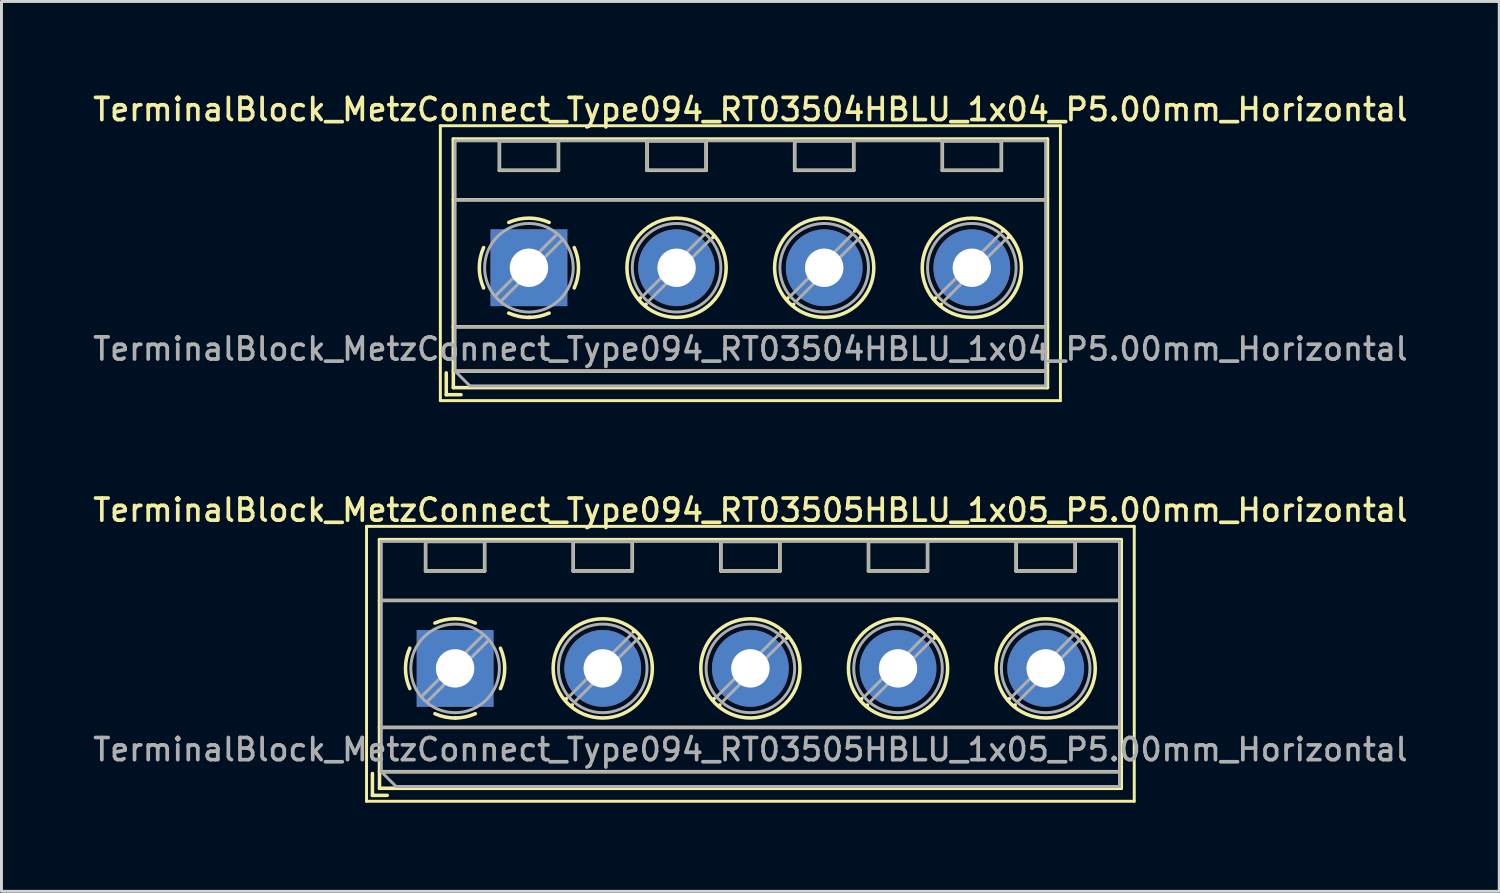
<source format=kicad_pcb>
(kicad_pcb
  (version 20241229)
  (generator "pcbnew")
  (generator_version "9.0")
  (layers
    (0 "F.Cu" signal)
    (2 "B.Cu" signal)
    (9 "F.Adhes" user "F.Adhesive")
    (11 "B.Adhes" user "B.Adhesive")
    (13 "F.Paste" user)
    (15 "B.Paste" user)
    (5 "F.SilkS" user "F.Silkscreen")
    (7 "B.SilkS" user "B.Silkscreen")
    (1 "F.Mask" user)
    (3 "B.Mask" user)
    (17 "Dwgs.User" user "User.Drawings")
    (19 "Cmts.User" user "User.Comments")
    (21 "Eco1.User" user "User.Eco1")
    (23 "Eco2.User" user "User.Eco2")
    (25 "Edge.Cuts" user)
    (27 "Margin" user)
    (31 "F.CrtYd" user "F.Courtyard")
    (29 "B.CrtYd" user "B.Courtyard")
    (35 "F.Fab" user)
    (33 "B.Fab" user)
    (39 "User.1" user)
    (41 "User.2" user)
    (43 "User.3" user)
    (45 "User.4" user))
  (footprint "TerminalBlock_MetzConnect_Type094_RT03505HBLU_1x05_P5.00mm_Horizontal"
    (layer "F.Cu")
    (at 12.363 19.586)
    (property "Reference" "TerminalBlock_MetzConnect_Type094_RT03505HBLU_1x05_P5.00mm_Horizontal" (at 10 -5.36 0) (layer "F.SilkS") (effects (font (size 0.75 0.75) (thickness 0.125))))
    (attr through_hole)
    (fp_line (start -3 -4.81) (end -3 4.5) (stroke (width 0.1) (type solid)) (layer "F.SilkS"))
    (fp_line (start -3 4.5) (end 23 4.5) (stroke (width 0.1) (type solid)) (layer "F.SilkS"))
    (fp_line (start -2.8 3.56) (end -2.8 4.3) (stroke (width 0.12) (type solid)) (layer "F.SilkS"))
    (fp_line (start -2.8 4.3) (end -2.3 4.3) (stroke (width 0.12) (type solid)) (layer "F.SilkS"))
    (fp_line (start -2.56 -4.36) (end -2.56 4.06) (stroke (width 0.12) (type solid)) (layer "F.SilkS"))
    (fp_line (start -2.56 -4.36) (end 22.56 -4.36) (stroke (width 0.12) (type solid)) (layer "F.SilkS"))
    (fp_line (start -2.56 -2.301) (end 22.56 -2.301) (stroke (width 0.12) (type solid)) (layer "F.SilkS"))
    (fp_line (start -2.56 2) (end 22.56 2) (stroke (width 0.12) (type solid)) (layer "F.SilkS"))
    (fp_line (start -2.56 3.5) (end 22.56 3.5) (stroke (width 0.12) (type solid)) (layer "F.SilkS"))
    (fp_line (start -2.56 4.06) (end 22.56 4.06) (stroke (width 0.12) (type solid)) (layer "F.SilkS"))
    (fp_line (start -1 -4.3) (end -1 -3.3) (stroke (width 0.12) (type solid)) (layer "F.SilkS"))
    (fp_line (start -1 -4.3) (end 1 -4.3) (stroke (width 0.12) (type solid)) (layer "F.SilkS"))
    (fp_line (start -1 -3.3) (end 1 -3.3) (stroke (width 0.12) (type solid)) (layer "F.SilkS"))
    (fp_line (start 1 -4.3) (end 1 -3.3) (stroke (width 0.12) (type solid)) (layer "F.SilkS"))
    (fp_line (start 3.773 1.023) (end 3.726 1.069) (stroke (width 0.12) (type solid)) (layer "F.SilkS"))
    (fp_line (start 3.966 1.239) (end 3.931 1.274) (stroke (width 0.12) (type solid)) (layer "F.SilkS"))
    (fp_line (start 4 -4.3) (end 4 -3.3) (stroke (width 0.12) (type solid)) (layer "F.SilkS"))
    (fp_line (start 4 -4.3) (end 6 -4.3) (stroke (width 0.12) (type solid)) (layer "F.SilkS"))
    (fp_line (start 4 -3.3) (end 6 -3.3) (stroke (width 0.12) (type solid)) (layer "F.SilkS"))
    (fp_line (start 6 -4.3) (end 6 -3.3) (stroke (width 0.12) (type solid)) (layer "F.SilkS"))
    (fp_line (start 6.07 -1.275) (end 6.035 -1.239) (stroke (width 0.12) (type solid)) (layer "F.SilkS"))
    (fp_line (start 6.275 -1.069) (end 6.228 -1.023) (stroke (width 0.12) (type solid)) (layer "F.SilkS"))
    (fp_line (start 8.773 1.023) (end 8.726 1.069) (stroke (width 0.12) (type solid)) (layer "F.SilkS"))
    (fp_line (start 8.966 1.239) (end 8.931 1.274) (stroke (width 0.12) (type solid)) (layer "F.SilkS"))
    (fp_line (start 9 -4.3) (end 9 -3.3) (stroke (width 0.12) (type solid)) (layer "F.SilkS"))
    (fp_line (start 9 -4.3) (end 11 -4.3) (stroke (width 0.12) (type solid)) (layer "F.SilkS"))
    (fp_line (start 9 -3.3) (end 11 -3.3) (stroke (width 0.12) (type solid)) (layer "F.SilkS"))
    (fp_line (start 11 -4.3) (end 11 -3.3) (stroke (width 0.12) (type solid)) (layer "F.SilkS"))
    (fp_line (start 11.07 -1.275) (end 11.035 -1.239) (stroke (width 0.12) (type solid)) (layer "F.SilkS"))
    (fp_line (start 11.275 -1.069) (end 11.228 -1.023) (stroke (width 0.12) (type solid)) (layer "F.SilkS"))
    (fp_line (start 13.773 1.023) (end 13.726 1.069) (stroke (width 0.12) (type solid)) (layer "F.SilkS"))
    (fp_line (start 13.966 1.239) (end 13.931 1.274) (stroke (width 0.12) (type solid)) (layer "F.SilkS"))
    (fp_line (start 14 -4.3) (end 14 -3.3) (stroke (width 0.12) (type solid)) (layer "F.SilkS"))
    (fp_line (start 14 -4.3) (end 16 -4.3) (stroke (width 0.12) (type solid)) (layer "F.SilkS"))
    (fp_line (start 14 -3.3) (end 16 -3.3) (stroke (width 0.12) (type solid)) (layer "F.SilkS"))
    (fp_line (start 16 -4.3) (end 16 -3.3) (stroke (width 0.12) (type solid)) (layer "F.SilkS"))
    (fp_line (start 16.07 -1.275) (end 16.035 -1.239) (stroke (width 0.12) (type solid)) (layer "F.SilkS"))
    (fp_line (start 16.275 -1.069) (end 16.228 -1.023) (stroke (width 0.12) (type solid)) (layer "F.SilkS"))
    (fp_line (start 18.773 1.023) (end 18.726 1.069) (stroke (width 0.12) (type solid)) (layer "F.SilkS"))
    (fp_line (start 18.966 1.239) (end 18.931 1.274) (stroke (width 0.12) (type solid)) (layer "F.SilkS"))
    (fp_line (start 19 -4.3) (end 19 -3.3) (stroke (width 0.12) (type solid)) (layer "F.SilkS"))
    (fp_line (start 19 -4.3) (end 21 -4.3) (stroke (width 0.12) (type solid)) (layer "F.SilkS"))
    (fp_line (start 19 -3.3) (end 21 -3.3) (stroke (width 0.12) (type solid)) (layer "F.SilkS"))
    (fp_line (start 21 -4.3) (end 21 -3.3) (stroke (width 0.12) (type solid)) (layer "F.SilkS"))
    (fp_line (start 21.07 -1.275) (end 21.035 -1.239) (stroke (width 0.12) (type solid)) (layer "F.SilkS"))
    (fp_line (start 21.275 -1.069) (end 21.228 -1.023) (stroke (width 0.12) (type solid)) (layer "F.SilkS"))
    (fp_line (start 22.56 -4.36) (end 22.56 4.06) (stroke (width 0.12) (type solid)) (layer "F.SilkS"))
    (fp_line (start 23 -4.81) (end -3 -4.81) (stroke (width 0.1) (type solid)) (layer "F.SilkS"))
    (fp_line (start 23 4.5) (end 23 -4.81) (stroke (width 0.1) (type solid)) (layer "F.SilkS"))
    (fp_arc (start -1.535427 0.683042) (mid -1.680501 -0.000524) (end -1.535 -0.684) (stroke (width 0.12) (type solid)) (layer "F.SilkS"))
    (fp_arc (start -0.683042 -1.535427) (mid 0.000524 -1.680501) (end 0.684 -1.535) (stroke (width 0.12) (type solid)) (layer "F.SilkS"))
    (fp_arc (start 0.028805 1.680253) (mid -0.335551 1.646659) (end -0.684 1.535) (stroke (width 0.12) (type solid)) (layer "F.SilkS"))
    (fp_arc (start 0.683318 1.534756) (mid 0.349292 1.643288) (end 0 1.68) (stroke (width 0.12) (type solid)) (layer "F.SilkS"))
    (fp_arc (start 1.535427 -0.683042) (mid 1.680501 0.000524) (end 1.535 0.684) (stroke (width 0.12) (type solid)) (layer "F.SilkS"))
    (fp_circle (center 5 0) (end 6.68 0) (stroke (width 0.12) (type solid)) (fill no) (layer "F.SilkS"))
    (fp_circle (center 10 0) (end 11.68 0) (stroke (width 0.12) (type solid)) (fill no) (layer "F.SilkS"))
    (fp_circle (center 15 0) (end 16.68 0) (stroke (width 0.12) (type solid)) (fill no) (layer "F.SilkS"))
    (fp_circle (center 20 0) (end 21.68 0) (stroke (width 0.12) (type solid)) (fill no) (layer "F.SilkS"))
    (fp_line (start -2.5 -4.3) (end 22.5 -4.3) (stroke (width 0.1) (type solid)) (layer "F.Fab"))
    (fp_line (start -2.5 -2.3) (end 22.5 -2.3) (stroke (width 0.1) (type solid)) (layer "F.Fab"))
    (fp_line (start -2.5 2) (end 22.5 2) (stroke (width 0.1) (type solid)) (layer "F.Fab"))
    (fp_line (start -2.5 3.5) (end -2.5 -4.3) (stroke (width 0.1) (type solid)) (layer "F.Fab"))
    (fp_line (start -2.5 3.5) (end 22.5 3.5) (stroke (width 0.1) (type solid)) (layer "F.Fab"))
    (fp_line (start -2 4) (end -2.5 3.5) (stroke (width 0.1) (type solid)) (layer "F.Fab"))
    (fp_line (start -1 -4.3) (end -1 -3.3) (stroke (width 0.1) (type solid)) (layer "F.Fab"))
    (fp_line (start -1 -3.3) (end 1 -3.3) (stroke (width 0.1) (type solid)) (layer "F.Fab"))
    (fp_line (start 0.955 -1.138) (end -1.138 0.955) (stroke (width 0.1) (type solid)) (layer "F.Fab"))
    (fp_line (start 1 -4.3) (end -1 -4.3) (stroke (width 0.1) (type solid)) (layer "F.Fab"))
    (fp_line (start 1 -3.3) (end 1 -4.3) (stroke (width 0.1) (type solid)) (layer "F.Fab"))
    (fp_line (start 1.138 -0.955) (end -0.955 1.138) (stroke (width 0.1) (type solid)) (layer "F.Fab"))
    (fp_line (start 4 -4.3) (end 4 -3.3) (stroke (width 0.1) (type solid)) (layer "F.Fab"))
    (fp_line (start 4 -3.3) (end 6 -3.3) (stroke (width 0.1) (type solid)) (layer "F.Fab"))
    (fp_line (start 5.955 -1.138) (end 3.863 0.955) (stroke (width 0.1) (type solid)) (layer "F.Fab"))
    (fp_line (start 6 -4.3) (end 4 -4.3) (stroke (width 0.1) (type solid)) (layer "F.Fab"))
    (fp_line (start 6 -3.3) (end 6 -4.3) (stroke (width 0.1) (type solid)) (layer "F.Fab"))
    (fp_line (start 6.138 -0.955) (end 4.046 1.138) (stroke (width 0.1) (type solid)) (layer "F.Fab"))
    (fp_line (start 9 -4.3) (end 9 -3.3) (stroke (width 0.1) (type solid)) (layer "F.Fab"))
    (fp_line (start 9 -3.3) (end 11 -3.3) (stroke (width 0.1) (type solid)) (layer "F.Fab"))
    (fp_line (start 10.955 -1.138) (end 8.863 0.955) (stroke (width 0.1) (type solid)) (layer "F.Fab"))
    (fp_line (start 11 -4.3) (end 9 -4.3) (stroke (width 0.1) (type solid)) (layer "F.Fab"))
    (fp_line (start 11 -3.3) (end 11 -4.3) (stroke (width 0.1) (type solid)) (layer "F.Fab"))
    (fp_line (start 11.138 -0.955) (end 9.046 1.138) (stroke (width 0.1) (type solid)) (layer "F.Fab"))
    (fp_line (start 14 -4.3) (end 14 -3.3) (stroke (width 0.1) (type solid)) (layer "F.Fab"))
    (fp_line (start 14 -3.3) (end 16 -3.3) (stroke (width 0.1) (type solid)) (layer "F.Fab"))
    (fp_line (start 15.955 -1.138) (end 13.863 0.955) (stroke (width 0.1) (type solid)) (layer "F.Fab"))
    (fp_line (start 16 -4.3) (end 14 -4.3) (stroke (width 0.1) (type solid)) (layer "F.Fab"))
    (fp_line (start 16 -3.3) (end 16 -4.3) (stroke (width 0.1) (type solid)) (layer "F.Fab"))
    (fp_line (start 16.138 -0.955) (end 14.046 1.138) (stroke (width 0.1) (type solid)) (layer "F.Fab"))
    (fp_line (start 19 -4.3) (end 19 -3.3) (stroke (width 0.1) (type solid)) (layer "F.Fab"))
    (fp_line (start 19 -3.3) (end 21 -3.3) (stroke (width 0.1) (type solid)) (layer "F.Fab"))
    (fp_line (start 20.955 -1.138) (end 18.863 0.955) (stroke (width 0.1) (type solid)) (layer "F.Fab"))
    (fp_line (start 21 -4.3) (end 19 -4.3) (stroke (width 0.1) (type solid)) (layer "F.Fab"))
    (fp_line (start 21 -3.3) (end 21 -4.3) (stroke (width 0.1) (type solid)) (layer "F.Fab"))
    (fp_line (start 21.138 -0.955) (end 19.046 1.138) (stroke (width 0.1) (type solid)) (layer "F.Fab"))
    (fp_line (start 22.5 -4.3) (end 22.5 4) (stroke (width 0.1) (type solid)) (layer "F.Fab"))
    (fp_line (start 22.5 4) (end -2 4) (stroke (width 0.1) (type solid)) (layer "F.Fab"))
    (fp_circle (center 0 0) (end 1.5 0) (stroke (width 0.1) (type solid)) (fill no) (layer "F.Fab"))
    (fp_circle (center 5 0) (end 6.5 0) (stroke (width 0.1) (type solid)) (fill no) (layer "F.Fab"))
    (fp_circle (center 10 0) (end 11.5 0) (stroke (width 0.1) (type solid)) (fill no) (layer "F.Fab"))
    (fp_circle (center 15 0) (end 16.5 0) (stroke (width 0.1) (type solid)) (fill no) (layer "F.Fab"))
    (fp_circle (center 20 0) (end 21.5 0) (stroke (width 0.1) (type solid)) (fill no) (layer "F.Fab"))
    (fp_text user "${REFERENCE}" (at 10 2.75 0) (layer "F.Fab") (effects (font (size 0.75 0.75) (thickness 0.125))))
    (pad "1" thru_hole rect (at 0 0) (size 2.6 2.6) (drill 1.3) (layers "*.Cu" "*.Mask"))
    (pad "2" thru_hole circle (at 5 0) (size 2.6 2.6) (drill 1.3) (layers "*.Cu" "*.Mask"))
    (pad "3" thru_hole circle (at 10 0) (size 2.6 2.6) (drill 1.3) (layers "*.Cu" "*.Mask"))
    (pad "4" thru_hole circle (at 15 0) (size 2.6 2.6) (drill 1.3) (layers "*.Cu" "*.Mask"))
    (pad "5" thru_hole circle (at 20 0) (size 2.6 2.6) (drill 1.3) (layers "*.Cu" "*.Mask")))
  (footprint "TerminalBlock_MetzConnect_Type094_RT03504HBLU_1x04_P5.00mm_Horizontal"
    (layer "F.Cu")
    (at 14.863 6.018)
    (property "Reference" "TerminalBlock_MetzConnect_Type094_RT03504HBLU_1x04_P5.00mm_Horizontal" (at 7.5 -5.36 0) (layer "F.SilkS") (effects (font (size 0.75 0.75) (thickness 0.125))))
    (attr through_hole)
    (fp_line (start -3 -4.81) (end -3 4.5) (stroke (width 0.1) (type solid)) (layer "F.SilkS"))
    (fp_line (start -3 4.5) (end 18 4.5) (stroke (width 0.1) (type solid)) (layer "F.SilkS"))
    (fp_line (start -2.8 3.56) (end -2.8 4.3) (stroke (width 0.12) (type solid)) (layer "F.SilkS"))
    (fp_line (start -2.8 4.3) (end -2.3 4.3) (stroke (width 0.12) (type solid)) (layer "F.SilkS"))
    (fp_line (start -2.56 -4.36) (end -2.56 4.06) (stroke (width 0.12) (type solid)) (layer "F.SilkS"))
    (fp_line (start -2.56 -4.36) (end 17.561 -4.36) (stroke (width 0.12) (type solid)) (layer "F.SilkS"))
    (fp_line (start -2.56 -2.301) (end 17.561 -2.301) (stroke (width 0.12) (type solid)) (layer "F.SilkS"))
    (fp_line (start -2.56 2) (end 17.561 2) (stroke (width 0.12) (type solid)) (layer "F.SilkS"))
    (fp_line (start -2.56 3.5) (end 17.561 3.5) (stroke (width 0.12) (type solid)) (layer "F.SilkS"))
    (fp_line (start -2.56 4.06) (end 17.561 4.06) (stroke (width 0.12) (type solid)) (layer "F.SilkS"))
    (fp_line (start -1 -4.3) (end -1 -3.3) (stroke (width 0.12) (type solid)) (layer "F.SilkS"))
    (fp_line (start -1 -4.3) (end 1 -4.3) (stroke (width 0.12) (type solid)) (layer "F.SilkS"))
    (fp_line (start -1 -3.3) (end 1 -3.3) (stroke (width 0.12) (type solid)) (layer "F.SilkS"))
    (fp_line (start 1 -4.3) (end 1 -3.3) (stroke (width 0.12) (type solid)) (layer "F.SilkS"))
    (fp_line (start 3.773 1.023) (end 3.726 1.069) (stroke (width 0.12) (type solid)) (layer "F.SilkS"))
    (fp_line (start 3.966 1.239) (end 3.931 1.274) (stroke (width 0.12) (type solid)) (layer "F.SilkS"))
    (fp_line (start 4 -4.3) (end 4 -3.3) (stroke (width 0.12) (type solid)) (layer "F.SilkS"))
    (fp_line (start 4 -4.3) (end 6 -4.3) (stroke (width 0.12) (type solid)) (layer "F.SilkS"))
    (fp_line (start 4 -3.3) (end 6 -3.3) (stroke (width 0.12) (type solid)) (layer "F.SilkS"))
    (fp_line (start 6 -4.3) (end 6 -3.3) (stroke (width 0.12) (type solid)) (layer "F.SilkS"))
    (fp_line (start 6.07 -1.275) (end 6.035 -1.239) (stroke (width 0.12) (type solid)) (layer "F.SilkS"))
    (fp_line (start 6.275 -1.069) (end 6.228 -1.023) (stroke (width 0.12) (type solid)) (layer "F.SilkS"))
    (fp_line (start 8.773 1.023) (end 8.726 1.069) (stroke (width 0.12) (type solid)) (layer "F.SilkS"))
    (fp_line (start 8.966 1.239) (end 8.931 1.274) (stroke (width 0.12) (type solid)) (layer "F.SilkS"))
    (fp_line (start 9 -4.3) (end 9 -3.3) (stroke (width 0.12) (type solid)) (layer "F.SilkS"))
    (fp_line (start 9 -4.3) (end 11 -4.3) (stroke (width 0.12) (type solid)) (layer "F.SilkS"))
    (fp_line (start 9 -3.3) (end 11 -3.3) (stroke (width 0.12) (type solid)) (layer "F.SilkS"))
    (fp_line (start 11 -4.3) (end 11 -3.3) (stroke (width 0.12) (type solid)) (layer "F.SilkS"))
    (fp_line (start 11.07 -1.275) (end 11.035 -1.239) (stroke (width 0.12) (type solid)) (layer "F.SilkS"))
    (fp_line (start 11.275 -1.069) (end 11.228 -1.023) (stroke (width 0.12) (type solid)) (layer "F.SilkS"))
    (fp_line (start 13.773 1.023) (end 13.726 1.069) (stroke (width 0.12) (type solid)) (layer "F.SilkS"))
    (fp_line (start 13.966 1.239) (end 13.931 1.274) (stroke (width 0.12) (type solid)) (layer "F.SilkS"))
    (fp_line (start 14 -4.3) (end 14 -3.3) (stroke (width 0.12) (type solid)) (layer "F.SilkS"))
    (fp_line (start 14 -4.3) (end 16 -4.3) (stroke (width 0.12) (type solid)) (layer "F.SilkS"))
    (fp_line (start 14 -3.3) (end 16 -3.3) (stroke (width 0.12) (type solid)) (layer "F.SilkS"))
    (fp_line (start 16 -4.3) (end 16 -3.3) (stroke (width 0.12) (type solid)) (layer "F.SilkS"))
    (fp_line (start 16.07 -1.275) (end 16.035 -1.239) (stroke (width 0.12) (type solid)) (layer "F.SilkS"))
    (fp_line (start 16.275 -1.069) (end 16.228 -1.023) (stroke (width 0.12) (type solid)) (layer "F.SilkS"))
    (fp_line (start 17.561 -4.36) (end 17.561 4.06) (stroke (width 0.12) (type solid)) (layer "F.SilkS"))
    (fp_line (start 18 -4.81) (end -3 -4.81) (stroke (width 0.1) (type solid)) (layer "F.SilkS"))
    (fp_line (start 18 4.5) (end 18 -4.81) (stroke (width 0.1) (type solid)) (layer "F.SilkS"))
    (fp_arc (start -1.535427 0.683042) (mid -1.680501 -0.000524) (end -1.535 -0.684) (stroke (width 0.12) (type solid)) (layer "F.SilkS"))
    (fp_arc (start -0.683042 -1.535427) (mid 0.000524 -1.680501) (end 0.684 -1.535) (stroke (width 0.12) (type solid)) (layer "F.SilkS"))
    (fp_arc (start 0.028805 1.680253) (mid -0.335551 1.646659) (end -0.684 1.535) (stroke (width 0.12) (type solid)) (layer "F.SilkS"))
    (fp_arc (start 0.683318 1.534756) (mid 0.349292 1.643288) (end 0 1.68) (stroke (width 0.12) (type solid)) (layer "F.SilkS"))
    (fp_arc (start 1.535427 -0.683042) (mid 1.680501 0.000524) (end 1.535 0.684) (stroke (width 0.12) (type solid)) (layer "F.SilkS"))
    (fp_circle (center 5 0) (end 6.68 0) (stroke (width 0.12) (type solid)) (fill no) (layer "F.SilkS"))
    (fp_circle (center 10 0) (end 11.68 0) (stroke (width 0.12) (type solid)) (fill no) (layer "F.SilkS"))
    (fp_circle (center 15 0) (end 16.68 0) (stroke (width 0.12) (type solid)) (fill no) (layer "F.SilkS"))
    (fp_line (start -2.5 -4.3) (end 17.5 -4.3) (stroke (width 0.1) (type solid)) (layer "F.Fab"))
    (fp_line (start -2.5 -2.3) (end 17.5 -2.3) (stroke (width 0.1) (type solid)) (layer "F.Fab"))
    (fp_line (start -2.5 2) (end 17.5 2) (stroke (width 0.1) (type solid)) (layer "F.Fab"))
    (fp_line (start -2.5 3.5) (end -2.5 -4.3) (stroke (width 0.1) (type solid)) (layer "F.Fab"))
    (fp_line (start -2.5 3.5) (end 17.5 3.5) (stroke (width 0.1) (type solid)) (layer "F.Fab"))
    (fp_line (start -2 4) (end -2.5 3.5) (stroke (width 0.1) (type solid)) (layer "F.Fab"))
    (fp_line (start -1 -4.3) (end -1 -3.3) (stroke (width 0.1) (type solid)) (layer "F.Fab"))
    (fp_line (start -1 -3.3) (end 1 -3.3) (stroke (width 0.1) (type solid)) (layer "F.Fab"))
    (fp_line (start 0.955 -1.138) (end -1.138 0.955) (stroke (width 0.1) (type solid)) (layer "F.Fab"))
    (fp_line (start 1 -4.3) (end -1 -4.3) (stroke (width 0.1) (type solid)) (layer "F.Fab"))
    (fp_line (start 1 -3.3) (end 1 -4.3) (stroke (width 0.1) (type solid)) (layer "F.Fab"))
    (fp_line (start 1.138 -0.955) (end -0.955 1.138) (stroke (width 0.1) (type solid)) (layer "F.Fab"))
    (fp_line (start 4 -4.3) (end 4 -3.3) (stroke (width 0.1) (type solid)) (layer "F.Fab"))
    (fp_line (start 4 -3.3) (end 6 -3.3) (stroke (width 0.1) (type solid)) (layer "F.Fab"))
    (fp_line (start 5.955 -1.138) (end 3.863 0.955) (stroke (width 0.1) (type solid)) (layer "F.Fab"))
    (fp_line (start 6 -4.3) (end 4 -4.3) (stroke (width 0.1) (type solid)) (layer "F.Fab"))
    (fp_line (start 6 -3.3) (end 6 -4.3) (stroke (width 0.1) (type solid)) (layer "F.Fab"))
    (fp_line (start 6.138 -0.955) (end 4.046 1.138) (stroke (width 0.1) (type solid)) (layer "F.Fab"))
    (fp_line (start 9 -4.3) (end 9 -3.3) (stroke (width 0.1) (type solid)) (layer "F.Fab"))
    (fp_line (start 9 -3.3) (end 11 -3.3) (stroke (width 0.1) (type solid)) (layer "F.Fab"))
    (fp_line (start 10.955 -1.138) (end 8.863 0.955) (stroke (width 0.1) (type solid)) (layer "F.Fab"))
    (fp_line (start 11 -4.3) (end 9 -4.3) (stroke (width 0.1) (type solid)) (layer "F.Fab"))
    (fp_line (start 11 -3.3) (end 11 -4.3) (stroke (width 0.1) (type solid)) (layer "F.Fab"))
    (fp_line (start 11.138 -0.955) (end 9.046 1.138) (stroke (width 0.1) (type solid)) (layer "F.Fab"))
    (fp_line (start 14 -4.3) (end 14 -3.3) (stroke (width 0.1) (type solid)) (layer "F.Fab"))
    (fp_line (start 14 -3.3) (end 16 -3.3) (stroke (width 0.1) (type solid)) (layer "F.Fab"))
    (fp_line (start 15.955 -1.138) (end 13.863 0.955) (stroke (width 0.1) (type solid)) (layer "F.Fab"))
    (fp_line (start 16 -4.3) (end 14 -4.3) (stroke (width 0.1) (type solid)) (layer "F.Fab"))
    (fp_line (start 16 -3.3) (end 16 -4.3) (stroke (width 0.1) (type solid)) (layer "F.Fab"))
    (fp_line (start 16.138 -0.955) (end 14.046 1.138) (stroke (width 0.1) (type solid)) (layer "F.Fab"))
    (fp_line (start 17.5 -4.3) (end 17.5 4) (stroke (width 0.1) (type solid)) (layer "F.Fab"))
    (fp_line (start 17.5 4) (end -2 4) (stroke (width 0.1) (type solid)) (layer "F.Fab"))
    (fp_circle (center 0 0) (end 1.5 0) (stroke (width 0.1) (type solid)) (fill no) (layer "F.Fab"))
    (fp_circle (center 5 0) (end 6.5 0) (stroke (width 0.1) (type solid)) (fill no) (layer "F.Fab"))
    (fp_circle (center 10 0) (end 11.5 0) (stroke (width 0.1) (type solid)) (fill no) (layer "F.Fab"))
    (fp_circle (center 15 0) (end 16.5 0) (stroke (width 0.1) (type solid)) (fill no) (layer "F.Fab"))
    (fp_text user "${REFERENCE}" (at 7.5 2.75 0) (layer "F.Fab") (effects (font (size 0.75 0.75) (thickness 0.125))))
    (pad "1" thru_hole rect (at 0 0) (size 2.6 2.6) (drill 1.3) (layers "*.Cu" "*.Mask"))
    (pad "2" thru_hole circle (at 5 0) (size 2.6 2.6) (drill 1.3) (layers "*.Cu" "*.Mask"))
    (pad "3" thru_hole circle (at 10 0) (size 2.6 2.6) (drill 1.3) (layers "*.Cu" "*.Mask"))
    (pad "4" thru_hole circle (at 15 0) (size 2.6 2.6) (drill 1.3) (layers "*.Cu" "*.Mask")))
  (gr_rect
    (start -3 -3)
    (end 47.725 27.136)
    (stroke (width 0.1) (type default))
    (fill no)
    (layer "Edge.Cuts")))
</source>
